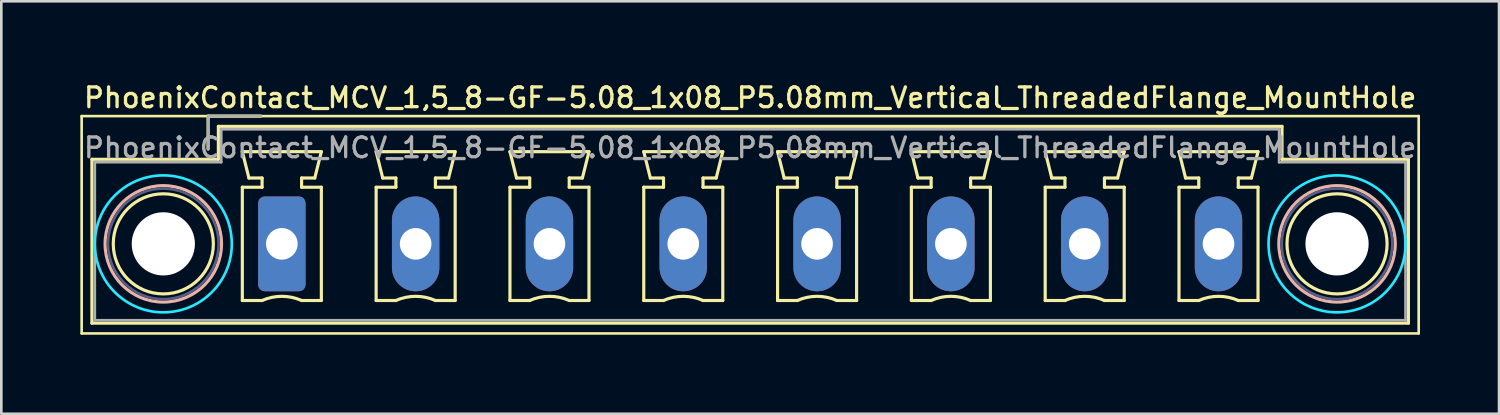
<source format=kicad_pcb>
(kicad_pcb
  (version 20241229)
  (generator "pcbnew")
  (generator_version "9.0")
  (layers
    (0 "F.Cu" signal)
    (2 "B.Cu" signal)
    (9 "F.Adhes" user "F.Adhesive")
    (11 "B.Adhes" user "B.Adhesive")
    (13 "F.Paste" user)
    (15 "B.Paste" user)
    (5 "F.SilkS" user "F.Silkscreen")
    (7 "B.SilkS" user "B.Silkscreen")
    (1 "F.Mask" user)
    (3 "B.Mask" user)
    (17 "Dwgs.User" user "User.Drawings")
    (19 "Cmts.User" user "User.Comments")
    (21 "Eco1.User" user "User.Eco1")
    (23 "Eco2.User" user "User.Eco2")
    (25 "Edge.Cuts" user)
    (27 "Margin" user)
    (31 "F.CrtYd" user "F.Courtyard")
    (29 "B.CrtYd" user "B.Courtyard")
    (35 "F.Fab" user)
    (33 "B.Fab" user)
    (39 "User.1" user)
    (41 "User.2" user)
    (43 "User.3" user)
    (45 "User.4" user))
  (footprint "PhoenixContact_MCV_1,5_8-GF-5.08_1x08_P5.08mm_Vertical_ThreadedFlange_MountHole"
    (layer "F.Cu")
    (at 7.65 6.208)
    (property "Reference" "PhoenixContact_MCV_1,5_8-GF-5.08_1x08_P5.08mm_Vertical_ThreadedFlange_MountHole" (at 17.78 -5.55 0) (layer "F.SilkS") (effects (font (size 0.75 0.75) (thickness 0.125))))
    (attr through_hole)
    (fp_line (start -7.6 -4.85) (end -7.6 3.4) (stroke (width 0.1) (type solid)) (layer "F.SilkS"))
    (fp_line (start -7.6 3.4) (end 43.16 3.4) (stroke (width 0.1) (type solid)) (layer "F.SilkS"))
    (fp_line (start -7.21 -3.21) (end -7.21 3.01) (stroke (width 0.12) (type solid)) (layer "F.SilkS"))
    (fp_line (start -7.21 3.01) (end 42.77 3.01) (stroke (width 0.12) (type solid)) (layer "F.SilkS"))
    (fp_line (start -2.8 -4.85) (end -0.8 -4.85) (stroke (width 0.12) (type solid)) (layer "F.SilkS"))
    (fp_line (start -2.8 -3.6) (end -2.8 -4.85) (stroke (width 0.12) (type solid)) (layer "F.SilkS"))
    (fp_line (start -2.41 -4.46) (end -2.41 -3.21) (stroke (width 0.12) (type solid)) (layer "F.SilkS"))
    (fp_line (start -2.41 -3.21) (end -7.21 -3.21) (stroke (width 0.12) (type solid)) (layer "F.SilkS"))
    (fp_line (start -1.5 -3.5) (end 1.5 -3.5) (stroke (width 0.12) (type solid)) (layer "F.SilkS"))
    (fp_line (start -1.5 -2.15) (end -0.75 -2.15) (stroke (width 0.12) (type solid)) (layer "F.SilkS"))
    (fp_line (start -1.5 2.15) (end -1.5 -2.15) (stroke (width 0.12) (type solid)) (layer "F.SilkS"))
    (fp_line (start -1.25 -2.5) (end -1.5 -3.5) (stroke (width 0.12) (type solid)) (layer "F.SilkS"))
    (fp_line (start -0.75 -2.5) (end -1.25 -2.5) (stroke (width 0.12) (type solid)) (layer "F.SilkS"))
    (fp_line (start -0.75 -2.15) (end -0.75 -2.5) (stroke (width 0.12) (type solid)) (layer "F.SilkS"))
    (fp_line (start -0.75 2.15) (end -1.5 2.15) (stroke (width 0.12) (type solid)) (layer "F.SilkS"))
    (fp_line (start 0.75 -2.5) (end 0.75 -2.15) (stroke (width 0.12) (type solid)) (layer "F.SilkS"))
    (fp_line (start 0.75 -2.15) (end 1.5 -2.15) (stroke (width 0.12) (type solid)) (layer "F.SilkS"))
    (fp_line (start 1.25 -2.5) (end 0.75 -2.5) (stroke (width 0.12) (type solid)) (layer "F.SilkS"))
    (fp_line (start 1.5 -3.5) (end 1.25 -2.5) (stroke (width 0.12) (type solid)) (layer "F.SilkS"))
    (fp_line (start 1.5 -2.15) (end 1.5 2.15) (stroke (width 0.12) (type solid)) (layer "F.SilkS"))
    (fp_line (start 1.5 2.15) (end 0.75 2.15) (stroke (width 0.12) (type solid)) (layer "F.SilkS"))
    (fp_line (start 3.58 -3.5) (end 6.58 -3.5) (stroke (width 0.12) (type solid)) (layer "F.SilkS"))
    (fp_line (start 3.58 -2.15) (end 4.33 -2.15) (stroke (width 0.12) (type solid)) (layer "F.SilkS"))
    (fp_line (start 3.58 2.15) (end 3.58 -2.15) (stroke (width 0.12) (type solid)) (layer "F.SilkS"))
    (fp_line (start 3.83 -2.5) (end 3.58 -3.5) (stroke (width 0.12) (type solid)) (layer "F.SilkS"))
    (fp_line (start 4.33 -2.5) (end 3.83 -2.5) (stroke (width 0.12) (type solid)) (layer "F.SilkS"))
    (fp_line (start 4.33 -2.15) (end 4.33 -2.5) (stroke (width 0.12) (type solid)) (layer "F.SilkS"))
    (fp_line (start 4.33 2.15) (end 3.58 2.15) (stroke (width 0.12) (type solid)) (layer "F.SilkS"))
    (fp_line (start 5.83 -2.5) (end 5.83 -2.15) (stroke (width 0.12) (type solid)) (layer "F.SilkS"))
    (fp_line (start 5.83 -2.15) (end 6.58 -2.15) (stroke (width 0.12) (type solid)) (layer "F.SilkS"))
    (fp_line (start 6.33 -2.5) (end 5.83 -2.5) (stroke (width 0.12) (type solid)) (layer "F.SilkS"))
    (fp_line (start 6.58 -3.5) (end 6.33 -2.5) (stroke (width 0.12) (type solid)) (layer "F.SilkS"))
    (fp_line (start 6.58 -2.15) (end 6.58 2.15) (stroke (width 0.12) (type solid)) (layer "F.SilkS"))
    (fp_line (start 6.58 2.15) (end 5.83 2.15) (stroke (width 0.12) (type solid)) (layer "F.SilkS"))
    (fp_line (start 8.66 -3.5) (end 11.66 -3.5) (stroke (width 0.12) (type solid)) (layer "F.SilkS"))
    (fp_line (start 8.66 -2.15) (end 9.41 -2.15) (stroke (width 0.12) (type solid)) (layer "F.SilkS"))
    (fp_line (start 8.66 2.15) (end 8.66 -2.15) (stroke (width 0.12) (type solid)) (layer "F.SilkS"))
    (fp_line (start 8.91 -2.5) (end 8.66 -3.5) (stroke (width 0.12) (type solid)) (layer "F.SilkS"))
    (fp_line (start 9.41 -2.5) (end 8.91 -2.5) (stroke (width 0.12) (type solid)) (layer "F.SilkS"))
    (fp_line (start 9.41 -2.15) (end 9.41 -2.5) (stroke (width 0.12) (type solid)) (layer "F.SilkS"))
    (fp_line (start 9.41 2.15) (end 8.66 2.15) (stroke (width 0.12) (type solid)) (layer "F.SilkS"))
    (fp_line (start 10.91 -2.5) (end 10.91 -2.15) (stroke (width 0.12) (type solid)) (layer "F.SilkS"))
    (fp_line (start 10.91 -2.15) (end 11.66 -2.15) (stroke (width 0.12) (type solid)) (layer "F.SilkS"))
    (fp_line (start 11.41 -2.5) (end 10.91 -2.5) (stroke (width 0.12) (type solid)) (layer "F.SilkS"))
    (fp_line (start 11.66 -3.5) (end 11.41 -2.5) (stroke (width 0.12) (type solid)) (layer "F.SilkS"))
    (fp_line (start 11.66 -2.15) (end 11.66 2.15) (stroke (width 0.12) (type solid)) (layer "F.SilkS"))
    (fp_line (start 11.66 2.15) (end 10.91 2.15) (stroke (width 0.12) (type solid)) (layer "F.SilkS"))
    (fp_line (start 13.74 -3.5) (end 16.74 -3.5) (stroke (width 0.12) (type solid)) (layer "F.SilkS"))
    (fp_line (start 13.74 -2.15) (end 14.49 -2.15) (stroke (width 0.12) (type solid)) (layer "F.SilkS"))
    (fp_line (start 13.74 2.15) (end 13.74 -2.15) (stroke (width 0.12) (type solid)) (layer "F.SilkS"))
    (fp_line (start 13.99 -2.5) (end 13.74 -3.5) (stroke (width 0.12) (type solid)) (layer "F.SilkS"))
    (fp_line (start 14.49 -2.5) (end 13.99 -2.5) (stroke (width 0.12) (type solid)) (layer "F.SilkS"))
    (fp_line (start 14.49 -2.15) (end 14.49 -2.5) (stroke (width 0.12) (type solid)) (layer "F.SilkS"))
    (fp_line (start 14.49 2.15) (end 13.74 2.15) (stroke (width 0.12) (type solid)) (layer "F.SilkS"))
    (fp_line (start 15.99 -2.5) (end 15.99 -2.15) (stroke (width 0.12) (type solid)) (layer "F.SilkS"))
    (fp_line (start 15.99 -2.15) (end 16.74 -2.15) (stroke (width 0.12) (type solid)) (layer "F.SilkS"))
    (fp_line (start 16.49 -2.5) (end 15.99 -2.5) (stroke (width 0.12) (type solid)) (layer "F.SilkS"))
    (fp_line (start 16.74 -3.5) (end 16.49 -2.5) (stroke (width 0.12) (type solid)) (layer "F.SilkS"))
    (fp_line (start 16.74 -2.15) (end 16.74 2.15) (stroke (width 0.12) (type solid)) (layer "F.SilkS"))
    (fp_line (start 16.74 2.15) (end 15.99 2.15) (stroke (width 0.12) (type solid)) (layer "F.SilkS"))
    (fp_line (start 18.82 -3.5) (end 21.82 -3.5) (stroke (width 0.12) (type solid)) (layer "F.SilkS"))
    (fp_line (start 18.82 -2.15) (end 19.57 -2.15) (stroke (width 0.12) (type solid)) (layer "F.SilkS"))
    (fp_line (start 18.82 2.15) (end 18.82 -2.15) (stroke (width 0.12) (type solid)) (layer "F.SilkS"))
    (fp_line (start 19.07 -2.5) (end 18.82 -3.5) (stroke (width 0.12) (type solid)) (layer "F.SilkS"))
    (fp_line (start 19.57 -2.5) (end 19.07 -2.5) (stroke (width 0.12) (type solid)) (layer "F.SilkS"))
    (fp_line (start 19.57 -2.15) (end 19.57 -2.5) (stroke (width 0.12) (type solid)) (layer "F.SilkS"))
    (fp_line (start 19.57 2.15) (end 18.82 2.15) (stroke (width 0.12) (type solid)) (layer "F.SilkS"))
    (fp_line (start 21.07 -2.5) (end 21.07 -2.15) (stroke (width 0.12) (type solid)) (layer "F.SilkS"))
    (fp_line (start 21.07 -2.15) (end 21.82 -2.15) (stroke (width 0.12) (type solid)) (layer "F.SilkS"))
    (fp_line (start 21.57 -2.5) (end 21.07 -2.5) (stroke (width 0.12) (type solid)) (layer "F.SilkS"))
    (fp_line (start 21.82 -3.5) (end 21.57 -2.5) (stroke (width 0.12) (type solid)) (layer "F.SilkS"))
    (fp_line (start 21.82 -2.15) (end 21.82 2.15) (stroke (width 0.12) (type solid)) (layer "F.SilkS"))
    (fp_line (start 21.82 2.15) (end 21.07 2.15) (stroke (width 0.12) (type solid)) (layer "F.SilkS"))
    (fp_line (start 23.9 -3.5) (end 26.9 -3.5) (stroke (width 0.12) (type solid)) (layer "F.SilkS"))
    (fp_line (start 23.9 -2.15) (end 24.65 -2.15) (stroke (width 0.12) (type solid)) (layer "F.SilkS"))
    (fp_line (start 23.9 2.15) (end 23.9 -2.15) (stroke (width 0.12) (type solid)) (layer "F.SilkS"))
    (fp_line (start 24.15 -2.5) (end 23.9 -3.5) (stroke (width 0.12) (type solid)) (layer "F.SilkS"))
    (fp_line (start 24.65 -2.5) (end 24.15 -2.5) (stroke (width 0.12) (type solid)) (layer "F.SilkS"))
    (fp_line (start 24.65 -2.15) (end 24.65 -2.5) (stroke (width 0.12) (type solid)) (layer "F.SilkS"))
    (fp_line (start 24.65 2.15) (end 23.9 2.15) (stroke (width 0.12) (type solid)) (layer "F.SilkS"))
    (fp_line (start 26.15 -2.5) (end 26.15 -2.15) (stroke (width 0.12) (type solid)) (layer "F.SilkS"))
    (fp_line (start 26.15 -2.15) (end 26.9 -2.15) (stroke (width 0.12) (type solid)) (layer "F.SilkS"))
    (fp_line (start 26.65 -2.5) (end 26.15 -2.5) (stroke (width 0.12) (type solid)) (layer "F.SilkS"))
    (fp_line (start 26.9 -3.5) (end 26.65 -2.5) (stroke (width 0.12) (type solid)) (layer "F.SilkS"))
    (fp_line (start 26.9 -2.15) (end 26.9 2.15) (stroke (width 0.12) (type solid)) (layer "F.SilkS"))
    (fp_line (start 26.9 2.15) (end 26.15 2.15) (stroke (width 0.12) (type solid)) (layer "F.SilkS"))
    (fp_line (start 28.98 -3.5) (end 31.98 -3.5) (stroke (width 0.12) (type solid)) (layer "F.SilkS"))
    (fp_line (start 28.98 -2.15) (end 29.73 -2.15) (stroke (width 0.12) (type solid)) (layer "F.SilkS"))
    (fp_line (start 28.98 2.15) (end 28.98 -2.15) (stroke (width 0.12) (type solid)) (layer "F.SilkS"))
    (fp_line (start 29.23 -2.5) (end 28.98 -3.5) (stroke (width 0.12) (type solid)) (layer "F.SilkS"))
    (fp_line (start 29.73 -2.5) (end 29.23 -2.5) (stroke (width 0.12) (type solid)) (layer "F.SilkS"))
    (fp_line (start 29.73 -2.15) (end 29.73 -2.5) (stroke (width 0.12) (type solid)) (layer "F.SilkS"))
    (fp_line (start 29.73 2.15) (end 28.98 2.15) (stroke (width 0.12) (type solid)) (layer "F.SilkS"))
    (fp_line (start 31.23 -2.5) (end 31.23 -2.15) (stroke (width 0.12) (type solid)) (layer "F.SilkS"))
    (fp_line (start 31.23 -2.15) (end 31.98 -2.15) (stroke (width 0.12) (type solid)) (layer "F.SilkS"))
    (fp_line (start 31.73 -2.5) (end 31.23 -2.5) (stroke (width 0.12) (type solid)) (layer "F.SilkS"))
    (fp_line (start 31.98 -3.5) (end 31.73 -2.5) (stroke (width 0.12) (type solid)) (layer "F.SilkS"))
    (fp_line (start 31.98 -2.15) (end 31.98 2.15) (stroke (width 0.12) (type solid)) (layer "F.SilkS"))
    (fp_line (start 31.98 2.15) (end 31.23 2.15) (stroke (width 0.12) (type solid)) (layer "F.SilkS"))
    (fp_line (start 34.06 -3.5) (end 37.06 -3.5) (stroke (width 0.12) (type solid)) (layer "F.SilkS"))
    (fp_line (start 34.06 -2.15) (end 34.81 -2.15) (stroke (width 0.12) (type solid)) (layer "F.SilkS"))
    (fp_line (start 34.06 2.15) (end 34.06 -2.15) (stroke (width 0.12) (type solid)) (layer "F.SilkS"))
    (fp_line (start 34.31 -2.5) (end 34.06 -3.5) (stroke (width 0.12) (type solid)) (layer "F.SilkS"))
    (fp_line (start 34.81 -2.5) (end 34.31 -2.5) (stroke (width 0.12) (type solid)) (layer "F.SilkS"))
    (fp_line (start 34.81 -2.15) (end 34.81 -2.5) (stroke (width 0.12) (type solid)) (layer "F.SilkS"))
    (fp_line (start 34.81 2.15) (end 34.06 2.15) (stroke (width 0.12) (type solid)) (layer "F.SilkS"))
    (fp_line (start 36.31 -2.5) (end 36.31 -2.15) (stroke (width 0.12) (type solid)) (layer "F.SilkS"))
    (fp_line (start 36.31 -2.15) (end 37.06 -2.15) (stroke (width 0.12) (type solid)) (layer "F.SilkS"))
    (fp_line (start 36.81 -2.5) (end 36.31 -2.5) (stroke (width 0.12) (type solid)) (layer "F.SilkS"))
    (fp_line (start 37.06 -3.5) (end 36.81 -2.5) (stroke (width 0.12) (type solid)) (layer "F.SilkS"))
    (fp_line (start 37.06 -2.15) (end 37.06 2.15) (stroke (width 0.12) (type solid)) (layer "F.SilkS"))
    (fp_line (start 37.06 2.15) (end 36.31 2.15) (stroke (width 0.12) (type solid)) (layer "F.SilkS"))
    (fp_line (start 37.97 -4.46) (end -2.41 -4.46) (stroke (width 0.12) (type solid)) (layer "F.SilkS"))
    (fp_line (start 37.97 -3.21) (end 37.97 -4.46) (stroke (width 0.12) (type solid)) (layer "F.SilkS"))
    (fp_line (start 42.77 -3.21) (end 37.97 -3.21) (stroke (width 0.12) (type solid)) (layer "F.SilkS"))
    (fp_line (start 42.77 3.01) (end 42.77 -3.21) (stroke (width 0.12) (type solid)) (layer "F.SilkS"))
    (fp_line (start 43.16 -4.85) (end -7.6 -4.85) (stroke (width 0.1) (type solid)) (layer "F.SilkS"))
    (fp_line (start 43.16 3.4) (end 43.16 -4.85) (stroke (width 0.1) (type solid)) (layer "F.SilkS"))
    (fp_arc (start -0.75 2.15) (mid -0.000193 1.99191) (end 0.749647 2.149844) (stroke (width 0.12) (type solid)) (layer "F.SilkS"))
    (fp_arc (start 4.33 2.15) (mid 5.079807 1.99191) (end 5.829647 2.149844) (stroke (width 0.12) (type solid)) (layer "F.SilkS"))
    (fp_arc (start 9.41 2.15) (mid 10.159807 1.99191) (end 10.909647 2.149844) (stroke (width 0.12) (type solid)) (layer "F.SilkS"))
    (fp_arc (start 14.49 2.15) (mid 15.239807 1.99191) (end 15.989647 2.149844) (stroke (width 0.12) (type solid)) (layer "F.SilkS"))
    (fp_arc (start 19.57 2.15) (mid 20.319807 1.99191) (end 21.069647 2.149844) (stroke (width 0.12) (type solid)) (layer "F.SilkS"))
    (fp_arc (start 24.65 2.15) (mid 25.399807 1.99191) (end 26.149647 2.149844) (stroke (width 0.12) (type solid)) (layer "F.SilkS"))
    (fp_arc (start 29.73 2.15) (mid 30.479807 1.99191) (end 31.229647 2.149844) (stroke (width 0.12) (type solid)) (layer "F.SilkS"))
    (fp_arc (start 34.81 2.15) (mid 35.559807 1.99191) (end 36.309647 2.149844) (stroke (width 0.12) (type solid)) (layer "F.SilkS"))
    (fp_circle (center -4.5 0) (end -2.6 0) (stroke (width 0.12) (type solid)) (fill no) (layer "F.SilkS"))
    (fp_circle (center 40.06 0) (end 41.96 0) (stroke (width 0.12) (type solid)) (fill no) (layer "F.SilkS"))
    (fp_circle (center -4.5 0) (end -2.29 0) (stroke (width 0.12) (type solid)) (fill no) (layer "B.SilkS"))
    (fp_circle (center 40.06 0) (end 42.27 0) (stroke (width 0.12) (type solid)) (fill no) (layer "B.SilkS"))
    (fp_circle (center -4.5 0) (end -1.9 0) (stroke (width 0.1) (type solid)) (fill no) (layer "B.CrtYd"))
    (fp_circle (center 40.06 0) (end 42.66 0) (stroke (width 0.1) (type solid)) (fill no) (layer "B.CrtYd"))
    (fp_circle (center -4.5 0) (end -2.4 0) (stroke (width 0.1) (type solid)) (fill no) (layer "B.Fab"))
    (fp_circle (center 40.06 0) (end 42.16 0) (stroke (width 0.1) (type solid)) (fill no) (layer "B.Fab"))
    (fp_line (start -7.1 -3.1) (end -7.1 2.9) (stroke (width 0.1) (type solid)) (layer "F.Fab"))
    (fp_line (start -7.1 2.9) (end 42.66 2.9) (stroke (width 0.1) (type solid)) (layer "F.Fab"))
    (fp_line (start -2.8 -4.85) (end -0.8 -4.85) (stroke (width 0.1) (type solid)) (layer "F.Fab"))
    (fp_line (start -2.8 -3.6) (end -2.8 -4.85) (stroke (width 0.1) (type solid)) (layer "F.Fab"))
    (fp_line (start -2.3 -4.35) (end -2.3 -3.1) (stroke (width 0.1) (type solid)) (layer "F.Fab"))
    (fp_line (start -2.3 -3.1) (end -7.1 -3.1) (stroke (width 0.1) (type solid)) (layer "F.Fab"))
    (fp_line (start 37.86 -4.35) (end -2.3 -4.35) (stroke (width 0.1) (type solid)) (layer "F.Fab"))
    (fp_line (start 37.86 -3.1) (end 37.86 -4.35) (stroke (width 0.1) (type solid)) (layer "F.Fab"))
    (fp_line (start 42.66 -3.1) (end 37.86 -3.1) (stroke (width 0.1) (type solid)) (layer "F.Fab"))
    (fp_line (start 42.66 2.9) (end 42.66 -3.1) (stroke (width 0.1) (type solid)) (layer "F.Fab"))
    (fp_text user "${REFERENCE}" (at 17.78 -3.65 0) (layer "F.Fab") (effects (font (size 0.75 0.75) (thickness 0.125))))
    (pad "" np_thru_hole circle (at -4.5 0) (size 2.4 2.4) (drill 2.4) (layers "*.Cu" "*.Mask"))
    (pad "" np_thru_hole circle (at 40.06 0) (size 2.4 2.4) (drill 2.4) (layers "*.Cu" "*.Mask"))
    (pad "1" thru_hole roundrect (at 0 0) (size 1.8 3.6) (drill 1.2) (layers "*.Cu" "*.Mask") (roundrect_rratio 0.139))
    (pad "2" thru_hole oval (at 5.08 0) (size 1.8 3.6) (drill 1.2) (layers "*.Cu" "*.Mask"))
    (pad "3" thru_hole oval (at 10.16 0) (size 1.8 3.6) (drill 1.2) (layers "*.Cu" "*.Mask"))
    (pad "4" thru_hole oval (at 15.24 0) (size 1.8 3.6) (drill 1.2) (layers "*.Cu" "*.Mask"))
    (pad "5" thru_hole oval (at 20.32 0) (size 1.8 3.6) (drill 1.2) (layers "*.Cu" "*.Mask"))
    (pad "6" thru_hole oval (at 25.4 0) (size 1.8 3.6) (drill 1.2) (layers "*.Cu" "*.Mask"))
    (pad "7" thru_hole oval (at 30.48 0) (size 1.8 3.6) (drill 1.2) (layers "*.Cu" "*.Mask"))
    (pad "8" thru_hole oval (at 35.56 0) (size 1.8 3.6) (drill 1.2) (layers "*.Cu" "*.Mask")))
  (gr_rect
    (start -3 -3)
    (end 53.86 12.658)
    (stroke (width 0.1) (type default))
    (fill no)
    (layer "Edge.Cuts")))
</source>
